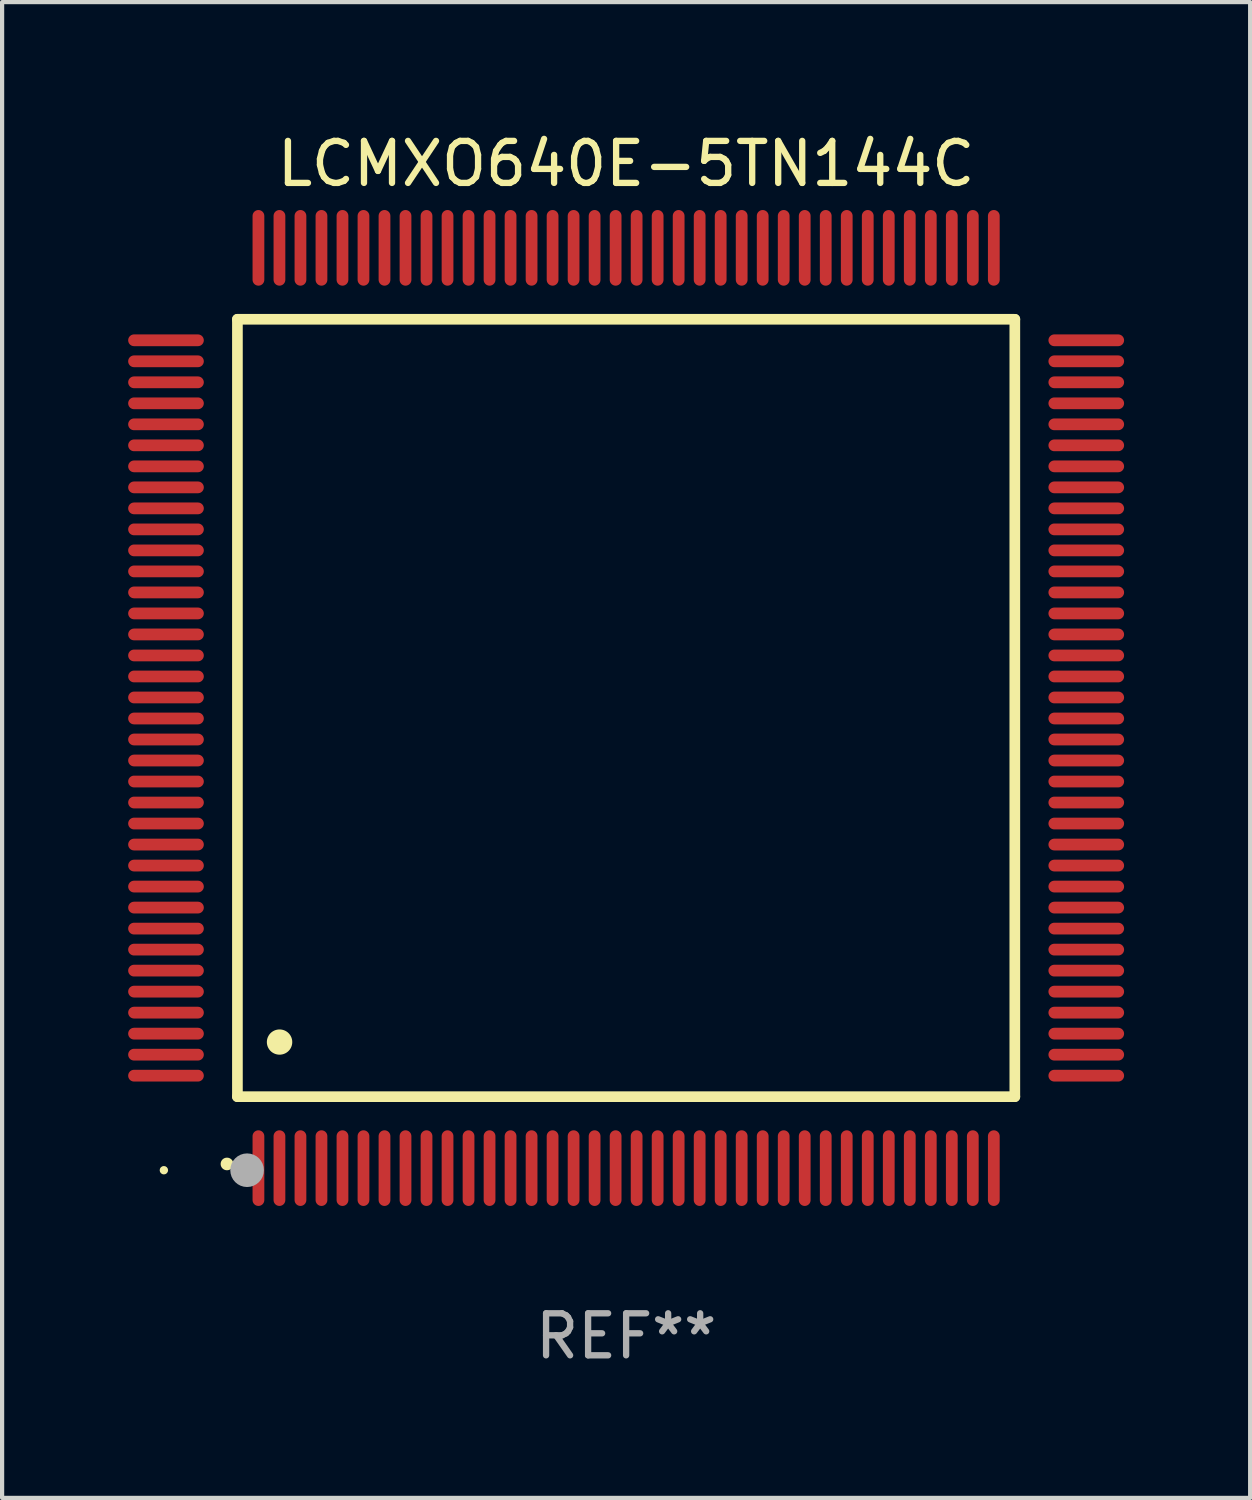
<source format=kicad_pcb>
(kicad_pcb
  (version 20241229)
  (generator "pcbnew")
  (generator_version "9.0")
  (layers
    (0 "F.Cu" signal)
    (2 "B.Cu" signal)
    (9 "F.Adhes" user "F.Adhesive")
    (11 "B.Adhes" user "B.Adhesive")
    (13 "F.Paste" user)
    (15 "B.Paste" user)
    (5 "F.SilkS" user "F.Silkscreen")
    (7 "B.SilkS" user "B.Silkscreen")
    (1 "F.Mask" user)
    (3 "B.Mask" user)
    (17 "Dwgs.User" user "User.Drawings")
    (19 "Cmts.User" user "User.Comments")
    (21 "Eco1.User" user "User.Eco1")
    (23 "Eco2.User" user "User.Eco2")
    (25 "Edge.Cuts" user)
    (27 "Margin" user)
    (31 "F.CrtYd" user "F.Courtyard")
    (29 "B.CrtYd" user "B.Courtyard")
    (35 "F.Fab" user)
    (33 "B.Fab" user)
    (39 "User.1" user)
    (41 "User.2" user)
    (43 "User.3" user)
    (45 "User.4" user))
  (footprint "LCMXO640E-5TN144C"
    (layer "F.Cu")
    (at 11.85 13.798)
    (property "Reference" "LCMXO640E-5TN144C" (at 0 -12.95 0) (layer "F.SilkS") (effects (font (size 1 1) (thickness 0.15))))
    (attr through_hole)
    (fp_line (start -9.25 -9.25) (end -9.25 9.25) (stroke (width 0.254) (type solid)) (layer "F.SilkS"))
    (fp_line (start -9.25 9.25) (end 9.25 9.25) (stroke (width 0.254) (type solid)) (layer "F.SilkS"))
    (fp_line (start 9.25 -9.25) (end -9.25 -9.25) (stroke (width 0.254) (type solid)) (layer "F.SilkS"))
    (fp_line (start 9.25 9.25) (end 9.25 -9.25) (stroke (width 0.254) (type solid)) (layer "F.SilkS"))
    (fp_arc (start -9.499619 10.850902) (mid -9.498349 10.850897) (end -9.497079 10.850902) (stroke (width 0.3) (type solid)) (layer "F.SilkS"))
    (fp_arc (start -8.249936 7.950216) (mid -8.247396 7.950205) (end -8.244856 7.950216) (stroke (width 0.6) (type solid)) (layer "F.SilkS"))
    (fp_circle (center -11 11) (end -10.95 11) (stroke (width 0.1) (type solid)) (fill no) (layer "F.SilkS"))
    (fp_circle (center -9.02 11) (end -8.82 11) (stroke (width 0.4) (type solid)) (fill no) (layer "F.Fab"))
    (fp_text user "REF**" (at 0 14.95 0) (layer "F.Fab") (effects (font (size 1 1) (thickness 0.15))))
    (pad "1" smd oval (at -8.75 10.95) (size 0.28 1.8) (layers "F.Cu" "F.Mask" "F.Paste"))
    (pad "2" smd oval (at -8.25 10.95) (size 0.28 1.8) (layers "F.Cu" "F.Mask" "F.Paste"))
    (pad "3" smd oval (at -7.75 10.95) (size 0.28 1.8) (layers "F.Cu" "F.Mask" "F.Paste"))
    (pad "4" smd oval (at -7.25 10.95) (size 0.28 1.8) (layers "F.Cu" "F.Mask" "F.Paste"))
    (pad "5" smd oval (at -6.75 10.95) (size 0.28 1.8) (layers "F.Cu" "F.Mask" "F.Paste"))
    (pad "6" smd oval (at -6.25 10.95) (size 0.28 1.8) (layers "F.Cu" "F.Mask" "F.Paste"))
    (pad "7" smd oval (at -5.75 10.95) (size 0.28 1.8) (layers "F.Cu" "F.Mask" "F.Paste"))
    (pad "8" smd oval (at -5.25 10.95) (size 0.28 1.8) (layers "F.Cu" "F.Mask" "F.Paste"))
    (pad "9" smd oval (at -4.75 10.95) (size 0.28 1.8) (layers "F.Cu" "F.Mask" "F.Paste"))
    (pad "10" smd oval (at -4.25 10.95) (size 0.28 1.8) (layers "F.Cu" "F.Mask" "F.Paste"))
    (pad "11" smd oval (at -3.75 10.95) (size 0.28 1.8) (layers "F.Cu" "F.Mask" "F.Paste"))
    (pad "12" smd oval (at -3.25 10.95) (size 0.28 1.8) (layers "F.Cu" "F.Mask" "F.Paste"))
    (pad "13" smd oval (at -2.75 10.95) (size 0.28 1.8) (layers "F.Cu" "F.Mask" "F.Paste"))
    (pad "14" smd oval (at -2.25 10.95) (size 0.28 1.8) (layers "F.Cu" "F.Mask" "F.Paste"))
    (pad "15" smd oval (at -1.75 10.95) (size 0.28 1.8) (layers "F.Cu" "F.Mask" "F.Paste"))
    (pad "16" smd oval (at -1.25 10.95) (size 0.28 1.8) (layers "F.Cu" "F.Mask" "F.Paste"))
    (pad "17" smd oval (at -0.75 10.95) (size 0.28 1.8) (layers "F.Cu" "F.Mask" "F.Paste"))
    (pad "18" smd oval (at -0.25 10.95) (size 0.28 1.8) (layers "F.Cu" "F.Mask" "F.Paste"))
    (pad "19" smd oval (at 0.25 10.95) (size 0.28 1.8) (layers "F.Cu" "F.Mask" "F.Paste"))
    (pad "20" smd oval (at 0.75 10.95) (size 0.28 1.8) (layers "F.Cu" "F.Mask" "F.Paste"))
    (pad "21" smd oval (at 1.25 10.95) (size 0.28 1.8) (layers "F.Cu" "F.Mask" "F.Paste"))
    (pad "22" smd oval (at 1.75 10.95) (size 0.28 1.8) (layers "F.Cu" "F.Mask" "F.Paste"))
    (pad "23" smd oval (at 2.25 10.95) (size 0.28 1.8) (layers "F.Cu" "F.Mask" "F.Paste"))
    (pad "24" smd oval (at 2.75 10.95) (size 0.28 1.8) (layers "F.Cu" "F.Mask" "F.Paste"))
    (pad "25" smd oval (at 3.25 10.95) (size 0.28 1.8) (layers "F.Cu" "F.Mask" "F.Paste"))
    (pad "26" smd oval (at 3.75 10.95) (size 0.28 1.8) (layers "F.Cu" "F.Mask" "F.Paste"))
    (pad "27" smd oval (at 4.25 10.95) (size 0.28 1.8) (layers "F.Cu" "F.Mask" "F.Paste"))
    (pad "28" smd oval (at 4.75 10.95) (size 0.28 1.8) (layers "F.Cu" "F.Mask" "F.Paste"))
    (pad "29" smd oval (at 5.25 10.95) (size 0.28 1.8) (layers "F.Cu" "F.Mask" "F.Paste"))
    (pad "30" smd oval (at 5.75 10.95) (size 0.28 1.8) (layers "F.Cu" "F.Mask" "F.Paste"))
    (pad "31" smd oval (at 6.25 10.95) (size 0.28 1.8) (layers "F.Cu" "F.Mask" "F.Paste"))
    (pad "32" smd oval (at 6.75 10.95) (size 0.28 1.8) (layers "F.Cu" "F.Mask" "F.Paste"))
    (pad "33" smd oval (at 7.25 10.95) (size 0.28 1.8) (layers "F.Cu" "F.Mask" "F.Paste"))
    (pad "34" smd oval (at 7.75 10.95) (size 0.28 1.8) (layers "F.Cu" "F.Mask" "F.Paste"))
    (pad "35" smd oval (at 8.25 10.95) (size 0.28 1.8) (layers "F.Cu" "F.Mask" "F.Paste"))
    (pad "36" smd oval (at 8.75 10.95) (size 0.28 1.8) (layers "F.Cu" "F.Mask" "F.Paste"))
    (pad "37" smd oval (at 10.95 8.75) (size 1.8 0.28) (layers "F.Cu" "F.Mask" "F.Paste"))
    (pad "38" smd oval (at 10.95 8.25) (size 1.8 0.28) (layers "F.Cu" "F.Mask" "F.Paste"))
    (pad "39" smd oval (at 10.95 7.75) (size 1.8 0.28) (layers "F.Cu" "F.Mask" "F.Paste"))
    (pad "40" smd oval (at 10.95 7.25) (size 1.8 0.28) (layers "F.Cu" "F.Mask" "F.Paste"))
    (pad "41" smd oval (at 10.95 6.75) (size 1.8 0.28) (layers "F.Cu" "F.Mask" "F.Paste"))
    (pad "42" smd oval (at 10.95 6.25) (size 1.8 0.28) (layers "F.Cu" "F.Mask" "F.Paste"))
    (pad "43" smd oval (at 10.95 5.75) (size 1.8 0.28) (layers "F.Cu" "F.Mask" "F.Paste"))
    (pad "44" smd oval (at 10.95 5.25) (size 1.8 0.28) (layers "F.Cu" "F.Mask" "F.Paste"))
    (pad "45" smd oval (at 10.95 4.75) (size 1.8 0.28) (layers "F.Cu" "F.Mask" "F.Paste"))
    (pad "46" smd oval (at 10.95 4.25) (size 1.8 0.28) (layers "F.Cu" "F.Mask" "F.Paste"))
    (pad "47" smd oval (at 10.95 3.75) (size 1.8 0.28) (layers "F.Cu" "F.Mask" "F.Paste"))
    (pad "48" smd oval (at 10.95 3.25) (size 1.8 0.28) (layers "F.Cu" "F.Mask" "F.Paste"))
    (pad "49" smd oval (at 10.95 2.75) (size 1.8 0.28) (layers "F.Cu" "F.Mask" "F.Paste"))
    (pad "50" smd oval (at 10.95 2.25) (size 1.8 0.28) (layers "F.Cu" "F.Mask" "F.Paste"))
    (pad "51" smd oval (at 10.95 1.75) (size 1.8 0.28) (layers "F.Cu" "F.Mask" "F.Paste"))
    (pad "52" smd oval (at 10.95 1.25) (size 1.8 0.28) (layers "F.Cu" "F.Mask" "F.Paste"))
    (pad "53" smd oval (at 10.95 0.75) (size 1.8 0.28) (layers "F.Cu" "F.Mask" "F.Paste"))
    (pad "54" smd oval (at 10.95 0.25) (size 1.8 0.28) (layers "F.Cu" "F.Mask" "F.Paste"))
    (pad "55" smd oval (at 10.95 -0.25) (size 1.8 0.28) (layers "F.Cu" "F.Mask" "F.Paste"))
    (pad "56" smd oval (at 10.95 -0.75) (size 1.8 0.28) (layers "F.Cu" "F.Mask" "F.Paste"))
    (pad "57" smd oval (at 10.95 -1.25) (size 1.8 0.28) (layers "F.Cu" "F.Mask" "F.Paste"))
    (pad "58" smd oval (at 10.95 -1.75) (size 1.8 0.28) (layers "F.Cu" "F.Mask" "F.Paste"))
    (pad "59" smd oval (at 10.95 -2.25) (size 1.8 0.28) (layers "F.Cu" "F.Mask" "F.Paste"))
    (pad "60" smd oval (at 10.95 -2.75) (size 1.8 0.28) (layers "F.Cu" "F.Mask" "F.Paste"))
    (pad "61" smd oval (at 10.95 -3.25) (size 1.8 0.28) (layers "F.Cu" "F.Mask" "F.Paste"))
    (pad "62" smd oval (at 10.95 -3.75) (size 1.8 0.28) (layers "F.Cu" "F.Mask" "F.Paste"))
    (pad "63" smd oval (at 10.95 -4.25) (size 1.8 0.28) (layers "F.Cu" "F.Mask" "F.Paste"))
    (pad "64" smd oval (at 10.95 -4.75) (size 1.8 0.28) (layers "F.Cu" "F.Mask" "F.Paste"))
    (pad "65" smd oval (at 10.95 -5.25) (size 1.8 0.28) (layers "F.Cu" "F.Mask" "F.Paste"))
    (pad "66" smd oval (at 10.95 -5.75) (size 1.8 0.28) (layers "F.Cu" "F.Mask" "F.Paste"))
    (pad "67" smd oval (at 10.95 -6.25) (size 1.8 0.28) (layers "F.Cu" "F.Mask" "F.Paste"))
    (pad "68" smd oval (at 10.95 -6.75) (size 1.8 0.28) (layers "F.Cu" "F.Mask" "F.Paste"))
    (pad "69" smd oval (at 10.95 -7.25) (size 1.8 0.28) (layers "F.Cu" "F.Mask" "F.Paste"))
    (pad "70" smd oval (at 10.95 -7.75) (size 1.8 0.28) (layers "F.Cu" "F.Mask" "F.Paste"))
    (pad "71" smd oval (at 10.95 -8.25) (size 1.8 0.28) (layers "F.Cu" "F.Mask" "F.Paste"))
    (pad "72" smd oval (at 10.95 -8.75) (size 1.8 0.28) (layers "F.Cu" "F.Mask" "F.Paste"))
    (pad "73" smd oval (at 8.75 -10.95) (size 0.28 1.8) (layers "F.Cu" "F.Mask" "F.Paste"))
    (pad "74" smd oval (at 8.25 -10.95) (size 0.28 1.8) (layers "F.Cu" "F.Mask" "F.Paste"))
    (pad "75" smd oval (at 7.75 -10.95) (size 0.28 1.8) (layers "F.Cu" "F.Mask" "F.Paste"))
    (pad "76" smd oval (at 7.25 -10.95) (size 0.28 1.8) (layers "F.Cu" "F.Mask" "F.Paste"))
    (pad "77" smd oval (at 6.75 -10.95) (size 0.28 1.8) (layers "F.Cu" "F.Mask" "F.Paste"))
    (pad "78" smd oval (at 6.25 -10.95) (size 0.28 1.8) (layers "F.Cu" "F.Mask" "F.Paste"))
    (pad "79" smd oval (at 5.75 -10.95) (size 0.28 1.8) (layers "F.Cu" "F.Mask" "F.Paste"))
    (pad "80" smd oval (at 5.25 -10.95) (size 0.28 1.8) (layers "F.Cu" "F.Mask" "F.Paste"))
    (pad "81" smd oval (at 4.75 -10.95) (size 0.28 1.8) (layers "F.Cu" "F.Mask" "F.Paste"))
    (pad "82" smd oval (at 4.25 -10.95) (size 0.28 1.8) (layers "F.Cu" "F.Mask" "F.Paste"))
    (pad "83" smd oval (at 3.75 -10.95) (size 0.28 1.8) (layers "F.Cu" "F.Mask" "F.Paste"))
    (pad "84" smd oval (at 3.25 -10.95) (size 0.28 1.8) (layers "F.Cu" "F.Mask" "F.Paste"))
    (pad "85" smd oval (at 2.75 -10.95) (size 0.28 1.8) (layers "F.Cu" "F.Mask" "F.Paste"))
    (pad "86" smd oval (at 2.25 -10.95) (size 0.28 1.8) (layers "F.Cu" "F.Mask" "F.Paste"))
    (pad "87" smd oval (at 1.75 -10.95) (size 0.28 1.8) (layers "F.Cu" "F.Mask" "F.Paste"))
    (pad "88" smd oval (at 1.25 -10.95) (size 0.28 1.8) (layers "F.Cu" "F.Mask" "F.Paste"))
    (pad "89" smd oval (at 0.75 -10.95) (size 0.28 1.8) (layers "F.Cu" "F.Mask" "F.Paste"))
    (pad "90" smd oval (at 0.25 -10.95) (size 0.28 1.8) (layers "F.Cu" "F.Mask" "F.Paste"))
    (pad "91" smd oval (at -0.25 -10.95) (size 0.28 1.8) (layers "F.Cu" "F.Mask" "F.Paste"))
    (pad "92" smd oval (at -0.75 -10.95) (size 0.28 1.8) (layers "F.Cu" "F.Mask" "F.Paste"))
    (pad "93" smd oval (at -1.25 -10.95) (size 0.28 1.8) (layers "F.Cu" "F.Mask" "F.Paste"))
    (pad "94" smd oval (at -1.75 -10.95) (size 0.28 1.8) (layers "F.Cu" "F.Mask" "F.Paste"))
    (pad "95" smd oval (at -2.25 -10.95) (size 0.28 1.8) (layers "F.Cu" "F.Mask" "F.Paste"))
    (pad "96" smd oval (at -2.75 -10.95) (size 0.28 1.8) (layers "F.Cu" "F.Mask" "F.Paste"))
    (pad "97" smd oval (at -3.25 -10.95) (size 0.28 1.8) (layers "F.Cu" "F.Mask" "F.Paste"))
    (pad "98" smd oval (at -3.75 -10.95) (size 0.28 1.8) (layers "F.Cu" "F.Mask" "F.Paste"))
    (pad "99" smd oval (at -4.25 -10.95) (size 0.28 1.8) (layers "F.Cu" "F.Mask" "F.Paste"))
    (pad "100" smd oval (at -4.75 -10.95) (size 0.28 1.8) (layers "F.Cu" "F.Mask" "F.Paste"))
    (pad "101" smd oval (at -5.25 -10.95) (size 0.28 1.8) (layers "F.Cu" "F.Mask" "F.Paste"))
    (pad "102" smd oval (at -5.75 -10.95) (size 0.28 1.8) (layers "F.Cu" "F.Mask" "F.Paste"))
    (pad "103" smd oval (at -6.25 -10.95) (size 0.28 1.8) (layers "F.Cu" "F.Mask" "F.Paste"))
    (pad "104" smd oval (at -6.75 -10.95) (size 0.28 1.8) (layers "F.Cu" "F.Mask" "F.Paste"))
    (pad "105" smd oval (at -7.25 -10.95) (size 0.28 1.8) (layers "F.Cu" "F.Mask" "F.Paste"))
    (pad "106" smd oval (at -7.75 -10.95) (size 0.28 1.8) (layers "F.Cu" "F.Mask" "F.Paste"))
    (pad "107" smd oval (at -8.25 -10.95) (size 0.28 1.8) (layers "F.Cu" "F.Mask" "F.Paste"))
    (pad "108" smd oval (at -8.75 -10.95) (size 0.28 1.8) (layers "F.Cu" "F.Mask" "F.Paste"))
    (pad "109" smd oval (at -10.95 -8.75) (size 1.8 0.28) (layers "F.Cu" "F.Mask" "F.Paste"))
    (pad "110" smd oval (at -10.95 -8.25) (size 1.8 0.28) (layers "F.Cu" "F.Mask" "F.Paste"))
    (pad "111" smd oval (at -10.95 -7.75) (size 1.8 0.28) (layers "F.Cu" "F.Mask" "F.Paste"))
    (pad "112" smd oval (at -10.95 -7.25) (size 1.8 0.28) (layers "F.Cu" "F.Mask" "F.Paste"))
    (pad "113" smd oval (at -10.95 -6.75) (size 1.8 0.28) (layers "F.Cu" "F.Mask" "F.Paste"))
    (pad "114" smd oval (at -10.95 -6.25) (size 1.8 0.28) (layers "F.Cu" "F.Mask" "F.Paste"))
    (pad "115" smd oval (at -10.95 -5.75) (size 1.8 0.28) (layers "F.Cu" "F.Mask" "F.Paste"))
    (pad "116" smd oval (at -10.95 -5.25) (size 1.8 0.28) (layers "F.Cu" "F.Mask" "F.Paste"))
    (pad "117" smd oval (at -10.95 -4.75) (size 1.8 0.28) (layers "F.Cu" "F.Mask" "F.Paste"))
    (pad "118" smd oval (at -10.95 -4.25) (size 1.8 0.28) (layers "F.Cu" "F.Mask" "F.Paste"))
    (pad "119" smd oval (at -10.95 -3.75) (size 1.8 0.28) (layers "F.Cu" "F.Mask" "F.Paste"))
    (pad "120" smd oval (at -10.95 -3.25) (size 1.8 0.28) (layers "F.Cu" "F.Mask" "F.Paste"))
    (pad "121" smd oval (at -10.95 -2.75) (size 1.8 0.28) (layers "F.Cu" "F.Mask" "F.Paste"))
    (pad "122" smd oval (at -10.95 -2.25) (size 1.8 0.28) (layers "F.Cu" "F.Mask" "F.Paste"))
    (pad "123" smd oval (at -10.95 -1.75) (size 1.8 0.28) (layers "F.Cu" "F.Mask" "F.Paste"))
    (pad "124" smd oval (at -10.95 -1.25) (size 1.8 0.28) (layers "F.Cu" "F.Mask" "F.Paste"))
    (pad "125" smd oval (at -10.95 -0.75) (size 1.8 0.28) (layers "F.Cu" "F.Mask" "F.Paste"))
    (pad "126" smd oval (at -10.95 -0.25) (size 1.8 0.28) (layers "F.Cu" "F.Mask" "F.Paste"))
    (pad "127" smd oval (at -10.95 0.25) (size 1.8 0.28) (layers "F.Cu" "F.Mask" "F.Paste"))
    (pad "128" smd oval (at -10.95 0.75) (size 1.8 0.28) (layers "F.Cu" "F.Mask" "F.Paste"))
    (pad "129" smd oval (at -10.95 1.25) (size 1.8 0.28) (layers "F.Cu" "F.Mask" "F.Paste"))
    (pad "130" smd oval (at -10.95 1.75) (size 1.8 0.28) (layers "F.Cu" "F.Mask" "F.Paste"))
    (pad "131" smd oval (at -10.95 2.25) (size 1.8 0.28) (layers "F.Cu" "F.Mask" "F.Paste"))
    (pad "132" smd oval (at -10.95 2.75) (size 1.8 0.28) (layers "F.Cu" "F.Mask" "F.Paste"))
    (pad "133" smd oval (at -10.95 3.25) (size 1.8 0.28) (layers "F.Cu" "F.Mask" "F.Paste"))
    (pad "134" smd oval (at -10.95 3.75) (size 1.8 0.28) (layers "F.Cu" "F.Mask" "F.Paste"))
    (pad "135" smd oval (at -10.95 4.25) (size 1.8 0.28) (layers "F.Cu" "F.Mask" "F.Paste"))
    (pad "136" smd oval (at -10.95 4.75) (size 1.8 0.28) (layers "F.Cu" "F.Mask" "F.Paste"))
    (pad "137" smd oval (at -10.95 5.25) (size 1.8 0.28) (layers "F.Cu" "F.Mask" "F.Paste"))
    (pad "138" smd oval (at -10.95 5.75) (size 1.8 0.28) (layers "F.Cu" "F.Mask" "F.Paste"))
    (pad "139" smd oval (at -10.95 6.25) (size 1.8 0.28) (layers "F.Cu" "F.Mask" "F.Paste"))
    (pad "140" smd oval (at -10.95 6.75) (size 1.8 0.28) (layers "F.Cu" "F.Mask" "F.Paste"))
    (pad "141" smd oval (at -10.95 7.25) (size 1.8 0.28) (layers "F.Cu" "F.Mask" "F.Paste"))
    (pad "142" smd oval (at -10.95 7.75) (size 1.8 0.28) (layers "F.Cu" "F.Mask" "F.Paste"))
    (pad "143" smd oval (at -10.95 8.25) (size 1.8 0.28) (layers "F.Cu" "F.Mask" "F.Paste"))
    (pad "144" smd oval (at -10.95 8.75) (size 1.8 0.28) (layers "F.Cu" "F.Mask" "F.Paste")))
  (gr_rect
    (start -3 -3)
    (end 26.7 32.596)
    (stroke (width 0.1) (type default))
    (fill no)
    (layer "Edge.Cuts")))
</source>
